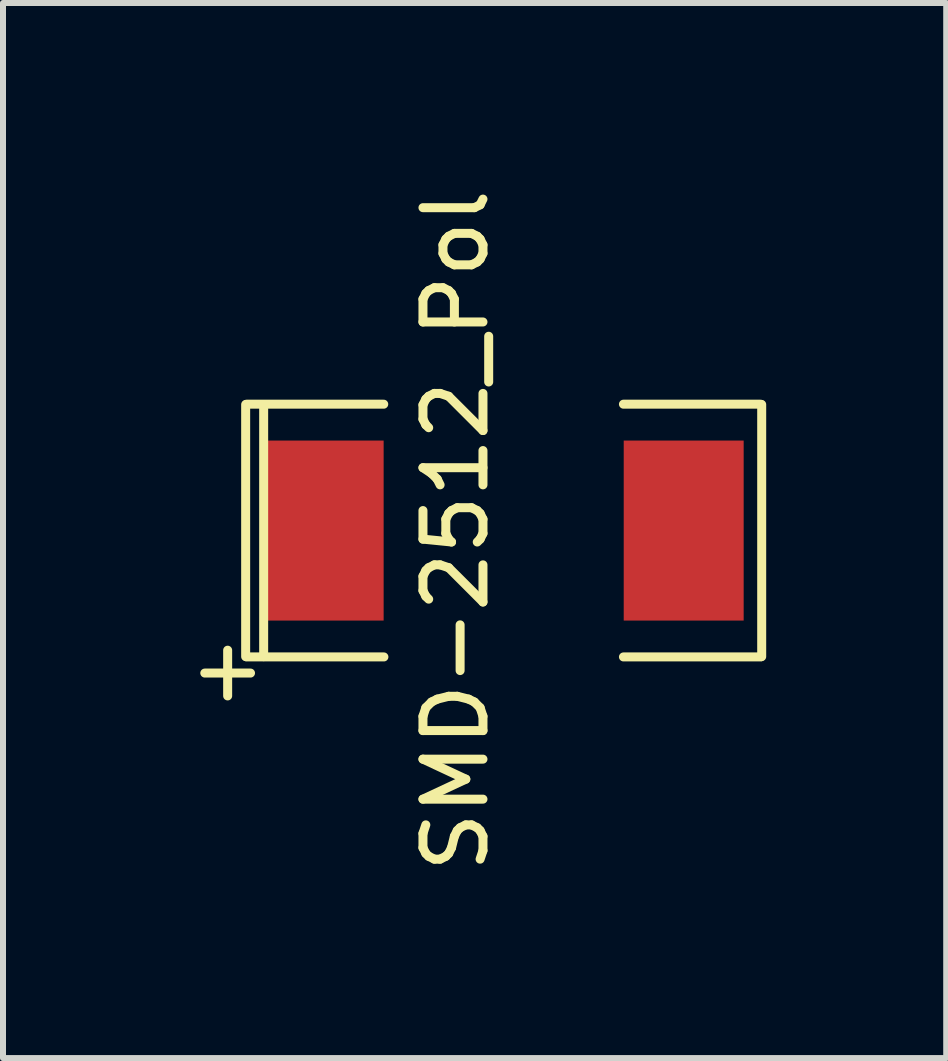
<source format=kicad_pcb>
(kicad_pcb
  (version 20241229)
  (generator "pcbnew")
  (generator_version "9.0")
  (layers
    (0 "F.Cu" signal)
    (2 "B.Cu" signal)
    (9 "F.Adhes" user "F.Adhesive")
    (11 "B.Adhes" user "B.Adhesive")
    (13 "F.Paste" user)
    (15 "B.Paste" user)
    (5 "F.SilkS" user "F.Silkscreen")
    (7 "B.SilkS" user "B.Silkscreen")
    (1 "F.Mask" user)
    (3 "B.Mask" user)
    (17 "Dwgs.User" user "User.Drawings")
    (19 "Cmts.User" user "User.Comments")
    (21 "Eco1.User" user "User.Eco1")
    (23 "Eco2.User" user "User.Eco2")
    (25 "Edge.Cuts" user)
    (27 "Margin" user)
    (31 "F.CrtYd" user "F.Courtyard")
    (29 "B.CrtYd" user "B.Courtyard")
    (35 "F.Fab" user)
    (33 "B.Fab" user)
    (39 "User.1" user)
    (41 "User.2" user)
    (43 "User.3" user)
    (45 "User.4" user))
  (footprint "SMD-2512_Pol"
    (layer "F.Cu")
    (at 5.344 5.792)
    (property "Reference" "SMD-2512_Pol" (at -0.8 0 90) (layer "F.SilkS") (effects (font (size 1 1) (thickness 0.15))))
    (attr smd)
    (fp_line (start -4.3 -2.101) (end -4.3 2.101) (stroke (width 0.15) (type solid)) (layer "F.SilkS"))
    (fp_line (start -4.282 2.106) (end -1.996 2.106) (stroke (width 0.15) (type solid)) (layer "F.SilkS"))
    (fp_line (start -4 -2.101) (end -4 2.101) (stroke (width 0.15) (type solid)) (layer "F.SilkS"))
    (fp_line (start -1.999 -2.106) (end -4.285 -2.106) (stroke (width 0.15) (type solid)) (layer "F.SilkS"))
    (fp_line (start 1.996 2.106) (end 4.282 2.106) (stroke (width 0.15) (type solid)) (layer "F.SilkS"))
    (fp_line (start 4.282 -2.106) (end 1.996 -2.106) (stroke (width 0.15) (type solid)) (layer "F.SilkS"))
    (fp_line (start 4.3 -2.101) (end 4.3 2.101) (stroke (width 0.15) (type solid)) (layer "F.SilkS"))
    (fp_text user "+" (at -4.6 2.301 0) (layer "F.SilkS") (effects (font (size 1 1) (thickness 0.15))))
    (pad "1" smd rect (at -3 0) (size 1.999 3) (layers "F.Cu" "F.Mask" "F.Paste"))
    (pad "2" smd rect (at 3 0) (size 1.999 3) (layers "F.Cu" "F.Mask" "F.Paste")))
  (gr_rect
    (start -3 -3)
    (end 12.719 14.583)
    (stroke (width 0.1) (type default))
    (fill no)
    (layer "Edge.Cuts")))
</source>
